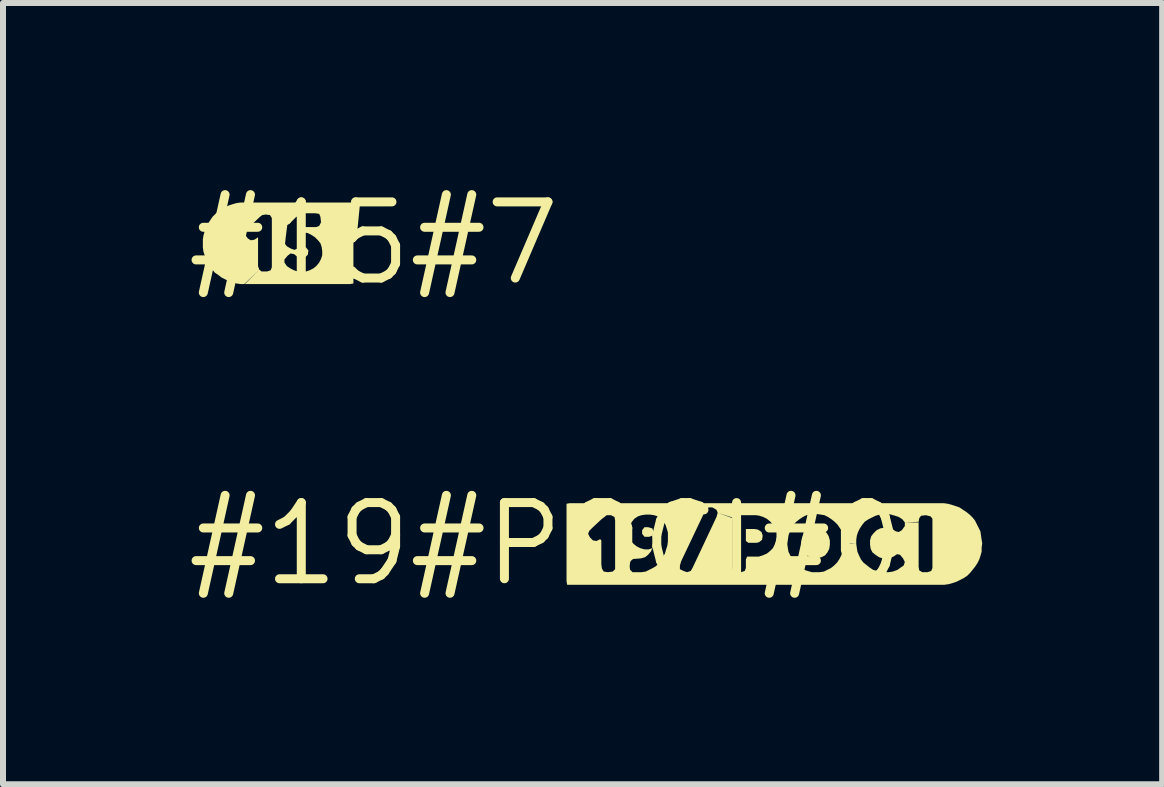
<source format=kicad_pcb>
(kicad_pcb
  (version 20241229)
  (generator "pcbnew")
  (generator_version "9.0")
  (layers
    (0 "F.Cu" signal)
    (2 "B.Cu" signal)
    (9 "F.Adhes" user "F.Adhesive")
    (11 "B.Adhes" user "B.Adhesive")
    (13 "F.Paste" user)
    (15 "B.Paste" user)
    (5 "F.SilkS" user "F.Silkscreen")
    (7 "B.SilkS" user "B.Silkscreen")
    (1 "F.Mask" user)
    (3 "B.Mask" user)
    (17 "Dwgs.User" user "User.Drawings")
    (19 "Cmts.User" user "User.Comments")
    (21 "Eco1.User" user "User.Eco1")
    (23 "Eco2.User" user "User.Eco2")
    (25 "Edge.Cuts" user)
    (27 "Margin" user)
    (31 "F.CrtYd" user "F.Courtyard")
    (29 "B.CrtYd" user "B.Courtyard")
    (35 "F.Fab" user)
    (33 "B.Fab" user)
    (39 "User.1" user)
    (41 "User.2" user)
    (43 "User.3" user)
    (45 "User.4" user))
  (footprint "#15#7"
    (layer "F.Cu")
    (at 3.182 1.006)
    (property "Reference" "#15#7" (at 0 0 0) (layer "F.SilkS") (effects (font (size 1.27 1.27) (thickness 0.15))))
    (attr through_hole)
    (fp_poly (pts (xy -2.22 -0.68) (xy -2.29 -0.67) (xy -2.36 -0.65) (xy -2.42 -0.63) (xy -2.48 -0.6) (xy -2.54 -0.57) (xy -2.6 -0.53) (xy -2.65 -0.48) (xy -2.69 -0.44) (xy -2.73 -0.38) (xy -2.77 -0.32) (xy -2.8 -0.26) (xy -2.82 -0.2) (xy -2.84 -0.13) (xy -2.85 -0.07) (xy -2.85 0) (xy -2.85 0.07) (xy -2.84 0.14) (xy -2.82 0.2) (xy -2.8 0.26) (xy -2.77 0.33) (xy -2.73 0.38) (xy -2.69 0.44) (xy -2.65 0.49) (xy -2.59 0.53) (xy -2.54 0.57) (xy -2.48 0.6) (xy -2.42 0.63) (xy -2.36 0.65) (xy -2.29 0.67) (xy -2.22 0.68) (xy -2.16 0.68) (xy -1.91 0.44) (xy -1.93 0.38) (xy -1.93 -0.1) (xy -1.99 -0.06) (xy -2.05 -0.05) (xy -2.1 -0.08) (xy -2.15 -0.15) (xy -2.15 -0.2) (xy -2.1 -0.25) (xy -1.9 -0.44) (xy -1.86 -0.47) (xy -1.8 -0.48) (xy -1.73 -0.47) (xy -1.7 -0.42) (xy -1.7 0.4) (xy -1.49 0.32) (xy -1.49 0.27) (xy -1.44 0.21) (xy -1.39 0.17) (xy -1.33 0.18) (xy -1.28 0.22) (xy -1.21 0.24) (xy -1.14 0.23) (xy -1.1 0.19) (xy -1.09 0.12) (xy -1.13 0.07) (xy -1.2 0.05) (xy -1.32 0.11) (xy -1.38 0.09) (xy -1.45 0.05) (xy -1.48 0.01) (xy -1.47 -0.09) (xy -1.43 -0.4) (xy -1.4 -0.46) (xy -1.35 -0.5) (xy -1.31 -0.5) (xy -0.97 -0.5) (xy -0.91 -0.49) (xy -0.89 -0.44) (xy -0.88 -0.35) (xy -0.91 -0.29) (xy -0.96 -0.27) (xy -1.17 -0.27) (xy -1.22 -0.26) (xy -1.23 -0.19) (xy -1.1 -0.17) (xy -1.04 -0.14) (xy -0.98 -0.1) (xy -0.93 -0.05) (xy -0.89 0) (xy -0.87 0.06) (xy -0.86 0.13) (xy -0.86 0.2) (xy -0.88 0.26) (xy -0.91 0.32) (xy -0.96 0.38) (xy -1.01 0.42) (xy -1.07 0.45) (xy -1.13 0.47) (xy -1.2 0.47) (xy -1.27 0.47) (xy -1.33 0.45) (xy -1.39 0.42) (xy -1.45 0.38) (xy -1.49 0.32) (xy -1.7 0.4) (xy -1.72 0.45) (xy -1.78 0.47) (xy -1.87 0.47) (xy -1.91 0.44) (xy -2.15 0.68) (xy -0.4 0.68) (xy -0.34 0.67) (xy -0.34 -0.62) (xy -0.35 -0.68) (xy -2.17 -0.68)) (stroke (width 0) (type solid)) (fill yes) (layer "F.SilkS")))
  (footprint "#19#POCI#0"
    (layer "F.Cu")
    (at 6.055 6.019)
    (property "Reference" "#19#POCI#0" (at 0 0 0) (layer "F.SilkS") (effects (font (size 1.27 1.27) (thickness 0.15))))
    (attr through_hole)
    (fp_poly (pts (xy 1.64 -0.28) (xy 1.6 -0.23) (xy 1.6 -0.17) (xy 1.64 -0.12) (xy 1.72 -0.12) (xy 1.77 -0.14) (xy 1.79 -0.21) (xy 1.77 -0.26) (xy 1.7 -0.28)) (stroke (width 0) (type solid)) (fill yes) (layer "F.SilkS"))
    (fp_poly (pts (xy 3.55 -0.03) (xy 3.6 -0.07) (xy 3.61 -0.14) (xy 3.59 -0.2) (xy 3.53 -0.24) (xy 3.47 -0.25) (xy 3.33 -0.25) (xy 3.33 -0.05) (xy 3.37 -0.02) (xy 3.51 -0.02)) (stroke (width 0) (type solid)) (fill yes) (layer "F.SilkS"))
    (fp_poly (pts (xy 4.29 0.14) (xy 4.34 0.18) (xy 4.4 0.22) (xy 4.46 0.24) (xy 4.52 0.24) (xy 4.59 0.22) (xy 4.65 0.19) (xy 4.69 0.14) (xy 4.72 0.08) (xy 4.73 0.01) (xy 4.73 -0.06) (xy 4.71 -0.13) (xy 4.68 -0.18) (xy 4.63 -0.23) (xy 4.57 -0.26) (xy 4.5 -0.27) (xy 4.44 -0.26) (xy 4.38 -0.24) (xy 4.32 -0.19) (xy 4.28 -0.14) (xy 4.26 -0.08) (xy 4.25 -0.01) (xy 4.25 0.06)) (stroke (width 0) (type solid)) (fill yes) (layer "F.SilkS"))
    (fp_poly (pts (xy 0.67 -0.68) (xy 0.39 -0.68) (xy 0.34 -0.67) (xy 0.34 0.62) (xy 0.35 0.68) (xy 6.58 0.68) (xy 6.64 0.68) (xy 6.71 0.67) (xy 6.78 0.65) (xy 6.84 0.63) (xy 6.9 0.6) (xy 6.96 0.57) (xy 7.02 0.53) (xy 7.07 0.48) (xy 7.11 0.43) (xy 7.15 0.38) (xy 7.19 0.32) (xy 7.22 0.26) (xy 7.24 0.2) (xy 7.26 0.13) (xy 7.26 0.06) (xy 7.27 -0.01) (xy 7.26 -0.07) (xy 7.25 -0.14) (xy 7.24 -0.21) (xy 7.21 -0.27) (xy 7.18 -0.33) (xy 7.15 -0.39) (xy 7.11 -0.44) (xy 7.06 -0.49) (xy 7.01 -0.53) (xy 6.95 -0.57) (xy 6.89 -0.61) (xy 6.83 -0.63) (xy 6.77 -0.65) (xy 6.7 -0.67) (xy 6.63 -0.68) (xy 6.57 -0.68) (xy 0.68 -0.68) (xy 0.92 -0.41) (xy 1.01 -0.48) (xy 1.08 -0.48) (xy 1.14 -0.45) (xy 1.15 -0.39) (xy 1.15 0.36) (xy 1.39 0.36) (xy 1.4 0.29) (xy 1.45 0.25) (xy 1.58 0.24) (xy 1.65 0.22) (xy 1.7 0.18) (xy 1.75 0.12) (xy 1.77 0.07) (xy 1.71 0.09) (xy 1.64 0.09) (xy 1.57 0.07) (xy 1.51 0.04) (xy 1.46 0) (xy 1.41 -0.05) (xy 1.38 -0.11) (xy 1.37 -0.17) (xy 1.37 -0.25) (xy 1.39 -0.31) (xy 1.43 -0.37) (xy 1.47 -0.42) (xy 1.53 -0.46) (xy 1.59 -0.48) (xy 1.66 -0.49) (xy 1.73 -0.49) (xy 1.8 -0.48) (xy 1.86 -0.46) (xy 1.91 -0.42) (xy 1.96 -0.37) (xy 1.99 -0.32) (xy 2.01 -0.26) (xy 2.03 -0.19) (xy 2.03 -0.12) (xy 2.03 -0.04) (xy 2.02 0.03) (xy 2 0.09) (xy 1.98 0.16) (xy 2.25 0.29) (xy 2.63 -0.51) (xy 2.66 -0.57) (xy 2.71 -0.61) (xy 2.77 -0.61) (xy 2.84 -0.57) (xy 2.86 -0.52) (xy 3.11 -0.44) (xy 3.15 -0.47) (xy 3.23 -0.48) (xy 3.5 -0.48) (xy 3.56 -0.47) (xy 3.62 -0.45) (xy 3.68 -0.42) (xy 3.74 -0.37) (xy 3.78 -0.32) (xy 3.82 -0.26) (xy 3.84 -0.19) (xy 3.84 -0.12) (xy 4.03 -0.07) (xy 4.04 -0.14) (xy 4.06 -0.2) (xy 4.09 -0.27) (xy 4.12 -0.32) (xy 4.17 -0.37) (xy 4.22 -0.41) (xy 4.28 -0.45) (xy 4.34 -0.48) (xy 4.4 -0.49) (xy 4.47 -0.5) (xy 4.51 -0.5) (xy 4.58 -0.49) (xy 4.64 -0.48) (xy 4.7 -0.45) (xy 4.76 -0.41) (xy 4.81 -0.37) (xy 4.86 -0.32) (xy 4.9 -0.26) (xy 4.93 -0.21) (xy 4.95 -0.14) (xy 4.96 -0.08) (xy 4.96 -0.01) (xy 5.17 0) (xy 5.17 -0.07) (xy 5.18 -0.14) (xy 5.2 -0.2) (xy 5.23 -0.26) (xy 5.27 -0.32) (xy 5.31 -0.37) (xy 5.37 -0.41) (xy 5.43 -0.44) (xy 5.49 -0.47) (xy 5.56 -0.49) (xy 5.62 -0.5) (xy 5.69 -0.5) (xy 5.75 -0.49) (xy 5.82 -0.47) (xy 5.88 -0.45) (xy 5.94 -0.41) (xy 5.98 -0.36) (xy 6.21 -0.37) (xy 6.22 -0.43) (xy 6.25 -0.47) (xy 6.33 -0.48) (xy 6.41 -0.46) (xy 6.44 -0.42) (xy 6.44 -0.35) (xy 6.44 0.33) (xy 6.44 0.4) (xy 6.42 0.45) (xy 6.36 0.47) (xy 6.27 0.47) (xy 6.22 0.44) (xy 6.21 0.38) (xy 6.21 -0.3) (xy 6.21 -0.36) (xy 5.98 -0.36) (xy 5.98 -0.3) (xy 5.93 -0.23) (xy 5.88 -0.2) (xy 5.83 -0.21) (xy 5.77 -0.25) (xy 5.7 -0.27) (xy 5.63 -0.27) (xy 5.57 -0.26) (xy 5.51 -0.23) (xy 5.46 -0.18) (xy 5.42 -0.13) (xy 5.4 -0.06) (xy 5.4 0.01) (xy 5.41 0.08) (xy 5.44 0.14) (xy 5.49 0.18) (xy 5.55 0.22) (xy 5.61 0.24) (xy 5.68 0.24) (xy 5.74 0.23) (xy 5.79 0.21) (xy 5.85 0.17) (xy 5.9 0.18) (xy 5.95 0.24) (xy 5.98 0.3) (xy 5.96 0.36) (xy 5.9 0.4) (xy 5.86 0.43) (xy 5.78 0.46) (xy 5.71 0.47) (xy 5.65 0.47) (xy 5.58 0.47) (xy 5.52 0.45) (xy 5.45 0.43) (xy 5.39 0.39) (xy 5.34 0.35) (xy 5.29 0.31) (xy 5.25 0.26) (xy 5.22 0.2) (xy 5.19 0.13) (xy 5.18 0.07) (xy 5.17 0) (xy 4.96 0) (xy 4.96 0.06) (xy 4.94 0.13) (xy 4.92 0.19) (xy 4.89 0.25) (xy 4.85 0.31) (xy 4.8 0.36) (xy 4.75 0.4) (xy 4.69 0.43) (xy 4.63 0.46) (xy 4.56 0.47) (xy 4.49 0.47) (xy 4.43 0.47) (xy 4.36 0.45) (xy 4.3 0.43) (xy 4.24 0.4) (xy 4.19 0.36) (xy 4.14 0.31) (xy 4.1 0.25) (xy 4.07 0.19) (xy 4.04 0.13) (xy 4.03 0.07) (xy 4.02 0) (xy 4.03 -0.07) (xy 3.84 -0.12) (xy 3.83 -0.05) (xy 3.81 0.01) (xy 3.78 0.07) (xy 3.73 0.12) (xy 3.68 0.16) (xy 3.61 0.19) (xy 3.55 0.21) (xy 3.49 0.21) (xy 3.35 0.21) (xy 3.33 0.26) (xy 3.33 0.4) (xy 3.31 0.45) (xy 3.25 0.47) (xy 3.16 0.47) (xy 3.11 0.44) (xy 3.1 0.38) (xy 3.1 -0.37) (xy 3.11 -0.43) (xy 2.86 -0.52) (xy 2.84 -0.45) (xy 2.44 0.4) (xy 2.41 0.45) (xy 2.35 0.47) (xy 2.29 0.45) (xy 2.23 0.42) (xy 2.23 0.36) (xy 2.25 0.29) (xy 1.98 0.16) (xy 1.95 0.21) (xy 1.92 0.27) (xy 1.88 0.32) (xy 1.83 0.37) (xy 1.78 0.4) (xy 1.72 0.43) (xy 1.66 0.46) (xy 1.59 0.47) (xy 1.52 0.47) (xy 1.44 0.47) (xy 1.4 0.43) (xy 1.39 0.36) (xy 1.15 0.36) (xy 1.15 0.42) (xy 1.11 0.46) (xy 1.03 0.47) (xy 0.96 0.46) (xy 0.93 0.41) (xy 0.92 0.34) (xy 0.92 -0.06) (xy 0.9 -0.08) (xy 0.84 -0.05) (xy 0.78 -0.06) (xy 0.73 -0.11) (xy 0.7 -0.17) (xy 0.72 -0.22) (xy 0.77 -0.27) (xy 0.92 -0.41) (xy 0.68 -0.68)) (stroke (width 0) (type solid)) (fill yes) (layer "F.SilkS")))
  (gr_rect
    (start -3 -3)
    (end 16.325 10.025)
    (stroke (width 0.1) (type default))
    (fill no)
    (layer "Edge.Cuts")))
</source>
